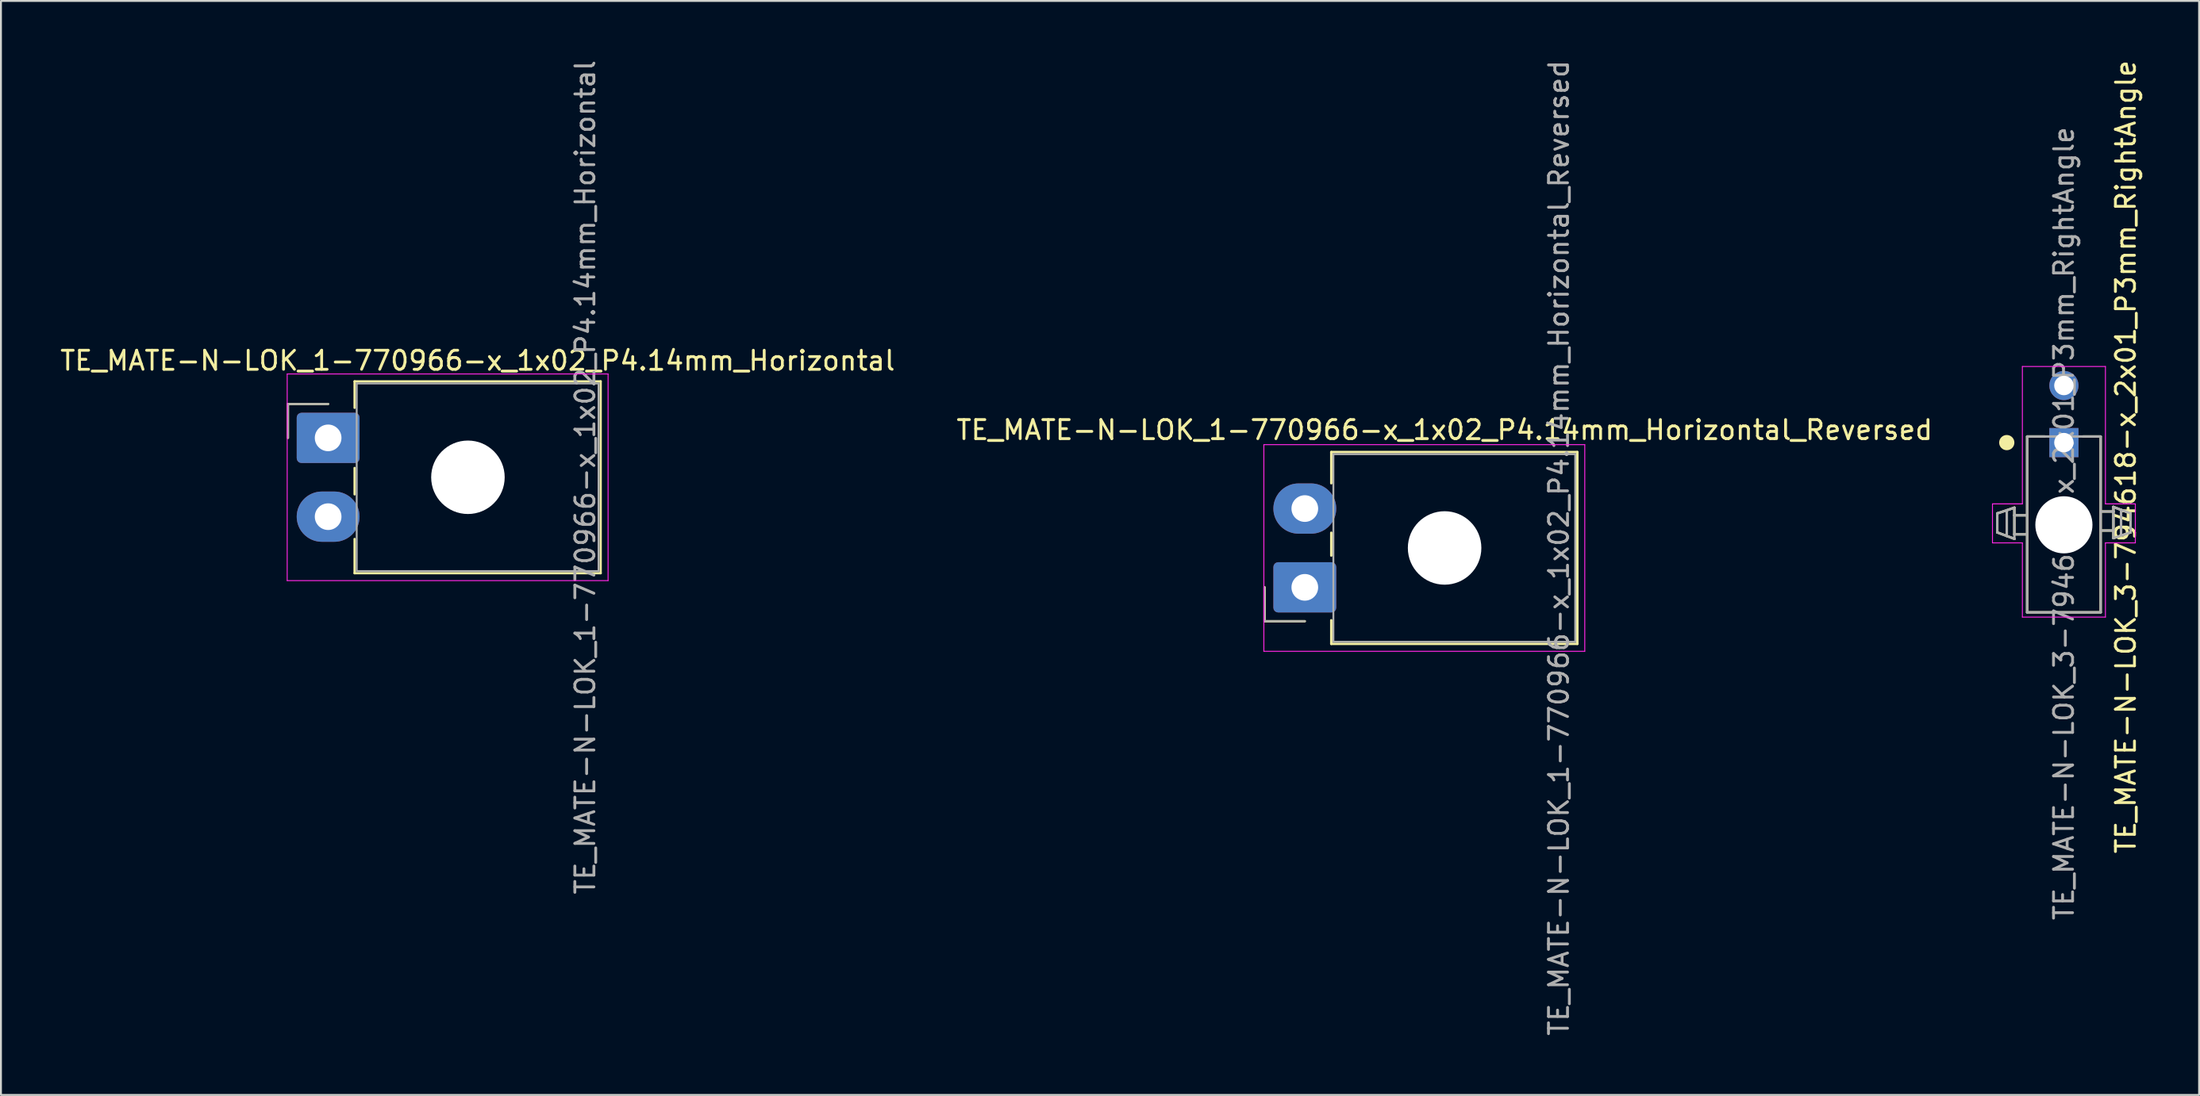
<source format=kicad_pcb>
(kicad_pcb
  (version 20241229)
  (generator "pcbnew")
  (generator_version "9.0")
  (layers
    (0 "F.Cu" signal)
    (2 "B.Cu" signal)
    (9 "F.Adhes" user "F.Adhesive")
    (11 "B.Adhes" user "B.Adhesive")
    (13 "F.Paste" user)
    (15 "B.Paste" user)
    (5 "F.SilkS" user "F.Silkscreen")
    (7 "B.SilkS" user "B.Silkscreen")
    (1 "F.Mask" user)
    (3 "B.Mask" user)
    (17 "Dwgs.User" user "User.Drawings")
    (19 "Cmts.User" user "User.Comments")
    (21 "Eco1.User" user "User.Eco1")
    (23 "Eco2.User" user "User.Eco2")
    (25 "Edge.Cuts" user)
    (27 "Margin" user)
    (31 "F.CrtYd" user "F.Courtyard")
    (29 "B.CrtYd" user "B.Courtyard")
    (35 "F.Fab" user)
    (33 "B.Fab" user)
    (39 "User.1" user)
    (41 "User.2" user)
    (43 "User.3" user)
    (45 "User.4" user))
  (footprint "TE_MATE-N-LOK_3-794618-x_2x01_P3mm_RightAngle"
    (layer "F.Cu")
    (at 105.323 20.208)
    (property "Reference" "TE_MATE-N-LOK_3-794618-x_2x01_P3mm_RightAngle" (at 3.25 0.75 90) (layer "F.SilkS") (effects (font (size 1 1) (thickness 0.15))))
    (attr through_hole)
    (fp_line (start -3.5 3.72) (end -2.6 3.42) (stroke (width 0.127) (type solid)) (layer "F.SilkS"))
    (fp_line (start -3.5 4.72) (end -3.5 3.72) (stroke (width 0.127) (type solid)) (layer "F.SilkS"))
    (fp_line (start -3 3.62) (end -3 4.91) (stroke (width 0.127) (type solid)) (layer "F.SilkS"))
    (fp_line (start -2.6 3.42) (end -2.6 3.82) (stroke (width 0.127) (type solid)) (layer "F.SilkS"))
    (fp_line (start -2.6 3.82) (end -2.6 4.82) (stroke (width 0.127) (type solid)) (layer "F.SilkS"))
    (fp_line (start -2.6 3.82) (end -2 3.82) (stroke (width 0.127) (type solid)) (layer "F.SilkS"))
    (fp_line (start -2.591 5.06) (end -3.5 4.72) (stroke (width 0.127) (type solid)) (layer "F.SilkS"))
    (fp_line (start -2 4.82) (end -2.6 4.82) (stroke (width 0.127) (type solid)) (layer "F.SilkS"))
    (fp_line (start -1.93 -0.32) (end -1.93 8.92) (stroke (width 0.127) (type solid)) (layer "F.SilkS"))
    (fp_line (start -1.93 8.92) (end 1.93 8.92) (stroke (width 0.127) (type solid)) (layer "F.SilkS"))
    (fp_line (start -1 -0.32) (end -1.92 -0.32) (stroke (width 0.127) (type solid)) (layer "F.SilkS"))
    (fp_line (start 1 -0.32) (end 1.92 -0.32) (stroke (width 0.127) (type solid)) (layer "F.SilkS"))
    (fp_line (start 1.93 8.92) (end 1.93 -0.32) (stroke (width 0.127) (type solid)) (layer "F.SilkS"))
    (fp_line (start 2 3.62) (end 2.6 3.62) (stroke (width 0.127) (type solid)) (layer "F.SilkS"))
    (fp_line (start 2.591 3.38) (end 3.5 3.72) (stroke (width 0.127) (type solid)) (layer "F.SilkS"))
    (fp_line (start 2.6 3.62) (end 2.6 3.38) (stroke (width 0.127) (type solid)) (layer "F.SilkS"))
    (fp_line (start 2.6 4.62) (end 2 4.62) (stroke (width 0.127) (type solid)) (layer "F.SilkS"))
    (fp_line (start 2.6 4.62) (end 2.6 3.62) (stroke (width 0.127) (type solid)) (layer "F.SilkS"))
    (fp_line (start 2.6 5.02) (end 2.6 4.62) (stroke (width 0.127) (type solid)) (layer "F.SilkS"))
    (fp_line (start 3 4.82) (end 3 3.53) (stroke (width 0.127) (type solid)) (layer "F.SilkS"))
    (fp_line (start 3.5 3.72) (end 3.5 4.72) (stroke (width 0.127) (type solid)) (layer "F.SilkS"))
    (fp_line (start 3.5 4.72) (end 2.6 5.02) (stroke (width 0.127) (type solid)) (layer "F.SilkS"))
    (fp_circle (center -3 0) (end -2.8 0) (stroke (width 0.4) (type solid)) (fill no) (layer "F.SilkS"))
    (fp_line (start -3.75 3.22) (end -2.18 3.22) (stroke (width 0.05) (type solid)) (layer "F.CrtYd"))
    (fp_line (start -3.75 5.27) (end -3.75 3.22) (stroke (width 0.05) (type solid)) (layer "F.CrtYd"))
    (fp_line (start -2.18 -4) (end 2.18 -4) (stroke (width 0.05) (type solid)) (layer "F.CrtYd"))
    (fp_line (start -2.18 3.22) (end -2.18 -4) (stroke (width 0.05) (type solid)) (layer "F.CrtYd"))
    (fp_line (start -2.18 5.27) (end -3.75 5.27) (stroke (width 0.05) (type solid)) (layer "F.CrtYd"))
    (fp_line (start -2.18 9.17) (end -2.18 5.27) (stroke (width 0.05) (type solid)) (layer "F.CrtYd"))
    (fp_line (start 2.18 -4) (end 2.18 3.22) (stroke (width 0.05) (type solid)) (layer "F.CrtYd"))
    (fp_line (start 2.18 3.22) (end 3.75 3.22) (stroke (width 0.05) (type solid)) (layer "F.CrtYd"))
    (fp_line (start 2.18 5.27) (end 2.18 9.17) (stroke (width 0.05) (type solid)) (layer "F.CrtYd"))
    (fp_line (start 2.18 9.17) (end -2.18 9.17) (stroke (width 0.05) (type solid)) (layer "F.CrtYd"))
    (fp_line (start 3.75 3.22) (end 3.75 5.27) (stroke (width 0.05) (type solid)) (layer "F.CrtYd"))
    (fp_line (start 3.75 5.27) (end 2.18 5.27) (stroke (width 0.05) (type solid)) (layer "F.CrtYd"))
    (fp_line (start -3.5 3.72) (end -2.6 3.42) (stroke (width 0.127) (type solid)) (layer "F.Fab"))
    (fp_line (start -3.5 4.72) (end -3.5 3.72) (stroke (width 0.127) (type solid)) (layer "F.Fab"))
    (fp_line (start -3 3.62) (end -3 4.91) (stroke (width 0.127) (type solid)) (layer "F.Fab"))
    (fp_line (start -2.6 3.42) (end -2.6 3.82) (stroke (width 0.127) (type solid)) (layer "F.Fab"))
    (fp_line (start -2.6 3.82) (end -2.6 4.82) (stroke (width 0.127) (type solid)) (layer "F.Fab"))
    (fp_line (start -2.6 3.82) (end -2 3.82) (stroke (width 0.127) (type solid)) (layer "F.Fab"))
    (fp_line (start -2.6 4.82) (end -2.6 5.06) (stroke (width 0.127) (type solid)) (layer "F.Fab"))
    (fp_line (start -2.591 5.06) (end -3.5 4.72) (stroke (width 0.127) (type solid)) (layer "F.Fab"))
    (fp_line (start -2 4.82) (end -2.6 4.82) (stroke (width 0.127) (type solid)) (layer "F.Fab"))
    (fp_line (start -1.93 -0.32) (end -1.93 8.92) (stroke (width 0.127) (type solid)) (layer "F.Fab"))
    (fp_line (start -1.93 8.92) (end 1.93 8.92) (stroke (width 0.127) (type solid)) (layer "F.Fab"))
    (fp_line (start 1.93 -0.32) (end -1.93 -0.32) (stroke (width 0.127) (type solid)) (layer "F.Fab"))
    (fp_line (start 1.93 8.92) (end 1.93 -0.32) (stroke (width 0.127) (type solid)) (layer "F.Fab"))
    (fp_line (start 2 3.62) (end 2.6 3.62) (stroke (width 0.127) (type solid)) (layer "F.Fab"))
    (fp_line (start 2.591 3.38) (end 3.5 3.72) (stroke (width 0.127) (type solid)) (layer "F.Fab"))
    (fp_line (start 2.6 3.62) (end 2.6 3.38) (stroke (width 0.127) (type solid)) (layer "F.Fab"))
    (fp_line (start 2.6 4.62) (end 2 4.62) (stroke (width 0.127) (type solid)) (layer "F.Fab"))
    (fp_line (start 2.6 4.62) (end 2.6 3.62) (stroke (width 0.127) (type solid)) (layer "F.Fab"))
    (fp_line (start 2.6 5.02) (end 2.6 4.62) (stroke (width 0.127) (type solid)) (layer "F.Fab"))
    (fp_line (start 3 4.82) (end 3 3.53) (stroke (width 0.127) (type solid)) (layer "F.Fab"))
    (fp_line (start 3.5 3.72) (end 3.5 4.72) (stroke (width 0.127) (type solid)) (layer "F.Fab"))
    (fp_line (start 3.5 4.72) (end 2.6 5.02) (stroke (width 0.127) (type solid)) (layer "F.Fab"))
    (fp_text user "${REFERENCE}" (at 0 4.25 90) (unlocked yes) (layer "F.Fab") (effects (font (size 1 1) (thickness 0.15))))
    (pad "" np_thru_hole circle (at 0 4.32) (size 3 3) (drill 3) (layers "*.Cu" "*.Mask"))
    (pad "1" thru_hole rect (at 0 0) (size 1.53 1.53) (drill 1.02) (layers "*.Cu" "*.Mask"))
    (pad "2" thru_hole circle (at 0 -3) (size 1.53 1.53) (drill 1.02) (layers "*.Cu" "*.Mask")))
  (footprint "TE_MATE-N-LOK_1-770966-x_1x02_P4.14mm_Horizontal_Reversed"
    (layer "F.Cu")
    (at 72.804 25.744)
    (property "Reference" "TE_MATE-N-LOK_1-770966-x_1x02_P4.14mm_Horizontal_Reversed" (at 0 -6.2 0) (layer "F.SilkS") (effects (font (size 1 1) (thickness 0.15))))
    (attr through_hole)
    (fp_line (start -9.45 3.85) (end -9.45 2.07) (stroke (width 0.127) (type solid)) (layer "F.SilkS"))
    (fp_line (start -7.34 3.85) (end -9.45 3.85) (stroke (width 0.127) (type solid)) (layer "F.SilkS"))
    (fp_line (start -5.95 -5.04) (end 6.97 -5.04) (stroke (width 0.127) (type solid)) (layer "F.SilkS"))
    (fp_line (start -5.95 -3.4) (end -5.95 -5.04) (stroke (width 0.127) (type solid)) (layer "F.SilkS"))
    (fp_line (start -5.95 -0.8) (end -5.95 0.4) (stroke (width 0.127) (type solid)) (layer "F.SilkS"))
    (fp_line (start -5.95 5.04) (end -5.95 3.8) (stroke (width 0.127) (type solid)) (layer "F.SilkS"))
    (fp_line (start 6.97 -5.04) (end 6.97 5.04) (stroke (width 0.127) (type solid)) (layer "F.SilkS"))
    (fp_line (start 6.97 5.04) (end -5.95 5.04) (stroke (width 0.127) (type solid)) (layer "F.SilkS"))
    (fp_line (start -9.49 -5.43) (end -9.49 5.43) (stroke (width 0.05) (type solid)) (layer "F.CrtYd"))
    (fp_line (start -9.49 5.43) (end 7.36 5.43) (stroke (width 0.05) (type solid)) (layer "F.CrtYd"))
    (fp_line (start 7.36 -5.43) (end -9.49 -5.43) (stroke (width 0.05) (type solid)) (layer "F.CrtYd"))
    (fp_line (start 7.36 5.43) (end 7.36 -5.43) (stroke (width 0.05) (type solid)) (layer "F.CrtYd"))
    (fp_line (start -9.45 3.85) (end -9.45 2.07) (stroke (width 0.1) (type solid)) (layer "F.Fab"))
    (fp_line (start -7.34 3.85) (end -9.45 3.85) (stroke (width 0.1) (type solid)) (layer "F.Fab"))
    (fp_line (start -5.84 -4.93) (end -5.84 4.93) (stroke (width 0.1) (type solid)) (layer "F.Fab"))
    (fp_line (start -5.84 4.93) (end 6.86 4.93) (stroke (width 0.1) (type solid)) (layer "F.Fab"))
    (fp_line (start 6.86 -4.93) (end -5.84 -4.93) (stroke (width 0.1) (type solid)) (layer "F.Fab"))
    (fp_line (start 6.86 4.93) (end 6.86 -4.93) (stroke (width 0.1) (type solid)) (layer "F.Fab"))
    (fp_text user "${REFERENCE}" (at 6 0 90) (layer "F.Fab") (effects (font (size 1 1) (thickness 0.15))))
    (pad "" np_thru_hole circle (at 0 0) (size 3.86 3.86) (drill 3.86) (layers "*.Cu" "*.Mask"))
    (pad "1" thru_hole roundrect (at -7.34 2.07) (size 3.3 2.64) (drill 1.4) (layers "*.Cu" "*.Mask") (roundrect_rratio 0.095))
    (pad "2" thru_hole oval (at -7.34 -2.07) (size 3.3 2.64) (drill 1.4) (layers "*.Cu" "*.Mask")))
  (footprint "TE_MATE-N-LOK_1-770966-x_1x02_P4.14mm_Horizontal"
    (layer "F.Cu")
    (at 14.18 19.96)
    (property "Reference" "TE_MATE-N-LOK_1-770966-x_1x02_P4.14mm_Horizontal" (at 7.85 -4.06 0) (layer "F.SilkS") (effects (font (size 1 1) (thickness 0.15))))
    (attr through_hole)
    (fp_line (start -2.11 -1.78) (end -2.11 0) (stroke (width 0.12) (type solid)) (layer "F.SilkS"))
    (fp_line (start 0 -1.78) (end -2.11 -1.78) (stroke (width 0.12) (type solid)) (layer "F.SilkS"))
    (fp_line (start 1.39 -2.97) (end 14.31 -2.97) (stroke (width 0.12) (type solid)) (layer "F.SilkS"))
    (fp_line (start 1.39 -1.58) (end 1.39 -2.97) (stroke (width 0.12) (type solid)) (layer "F.SilkS"))
    (fp_line (start 1.39 1.58) (end 1.39 2.968) (stroke (width 0.12) (type solid)) (layer "F.SilkS"))
    (fp_line (start 1.39 7.11) (end 1.39 5.312) (stroke (width 0.12) (type solid)) (layer "F.SilkS"))
    (fp_line (start 14.31 -2.97) (end 14.31 7.11) (stroke (width 0.12) (type solid)) (layer "F.SilkS"))
    (fp_line (start 14.31 7.11) (end 1.39 7.11) (stroke (width 0.12) (type solid)) (layer "F.SilkS"))
    (fp_line (start -2.15 -3.36) (end -2.15 7.5) (stroke (width 0.05) (type solid)) (layer "F.CrtYd"))
    (fp_line (start -2.15 7.5) (end 14.7 7.5) (stroke (width 0.05) (type solid)) (layer "F.CrtYd"))
    (fp_line (start 14.7 -3.36) (end -2.15 -3.36) (stroke (width 0.05) (type solid)) (layer "F.CrtYd"))
    (fp_line (start 14.7 7.5) (end 14.7 -3.36) (stroke (width 0.05) (type solid)) (layer "F.CrtYd"))
    (fp_line (start -2.11 -1.78) (end -2.11 0) (stroke (width 0.1) (type solid)) (layer "F.Fab"))
    (fp_line (start 0 -1.78) (end -2.11 -1.78) (stroke (width 0.1) (type solid)) (layer "F.Fab"))
    (fp_line (start 1.5 -2.86) (end 1.5 7) (stroke (width 0.1) (type solid)) (layer "F.Fab"))
    (fp_line (start 1.5 7) (end 14.2 7) (stroke (width 0.1) (type solid)) (layer "F.Fab"))
    (fp_line (start 14.2 -2.86) (end 1.5 -2.86) (stroke (width 0.1) (type solid)) (layer "F.Fab"))
    (fp_line (start 14.2 7) (end 14.2 -2.86) (stroke (width 0.1) (type solid)) (layer "F.Fab"))
    (fp_text user "${REFERENCE}" (at 13.5 2.07 90) (layer "F.Fab") (effects (font (size 1 1) (thickness 0.15))))
    (pad "" np_thru_hole circle (at 7.34 2.07) (size 3.86 3.86) (drill 3.86) (layers "*.Cu" "*.Mask"))
    (pad "1" thru_hole roundrect (at 0 0) (size 3.3 2.64) (drill 1.4) (layers "*.Cu" "*.Mask") (roundrect_rratio 0.095))
    (pad "2" thru_hole oval (at 0 4.14) (size 3.3 2.64) (drill 1.4) (layers "*.Cu" "*.Mask")))
  (gr_rect
    (start -3 -3)
    (end 112.421 54.488)
    (stroke (width 0.1) (type default))
    (fill no)
    (layer "Edge.Cuts")))
</source>
